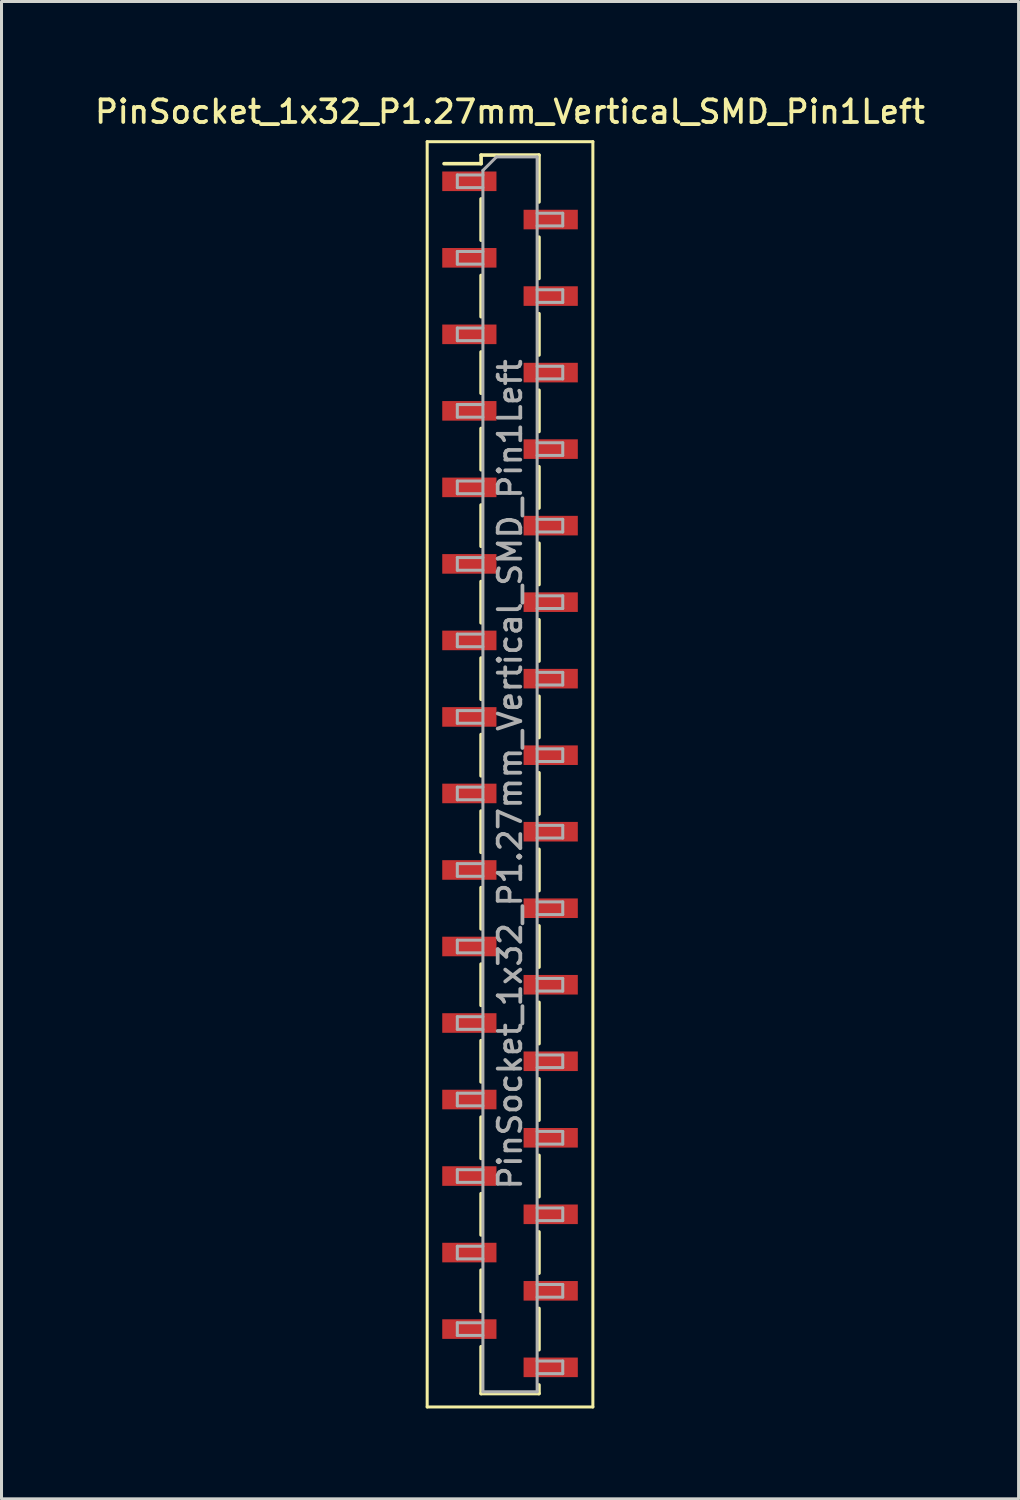
<source format=kicad_pcb>
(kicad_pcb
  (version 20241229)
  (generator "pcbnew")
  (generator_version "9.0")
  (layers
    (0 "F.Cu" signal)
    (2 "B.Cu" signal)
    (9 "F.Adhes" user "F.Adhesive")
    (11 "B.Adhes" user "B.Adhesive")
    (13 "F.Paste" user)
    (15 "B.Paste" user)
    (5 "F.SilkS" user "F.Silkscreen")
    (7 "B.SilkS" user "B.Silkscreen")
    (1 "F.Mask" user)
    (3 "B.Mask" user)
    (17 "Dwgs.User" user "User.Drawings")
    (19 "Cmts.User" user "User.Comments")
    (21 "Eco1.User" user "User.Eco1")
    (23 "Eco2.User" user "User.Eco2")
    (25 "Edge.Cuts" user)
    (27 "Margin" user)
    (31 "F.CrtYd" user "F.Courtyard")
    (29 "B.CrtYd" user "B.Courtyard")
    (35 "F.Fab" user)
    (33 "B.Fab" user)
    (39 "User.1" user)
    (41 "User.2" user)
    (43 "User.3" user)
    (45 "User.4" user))
  (footprint "PinSocket_1x32_P1.27mm_Vertical_SMD_Pin1Left"
    (layer "F.Cu")
    (at 13.88 22.653)
    (property "Reference" "PinSocket_1x32_P1.27mm_Vertical_SMD_Pin1Left" (at 0 -21.995 0) (layer "F.SilkS") (effects (font (size 0.75 0.75) (thickness 0.125))))
    (attr smd)
    (fp_line (start -2.75 -21) (end 2.75 -21) (stroke (width 0.1) (type solid)) (layer "F.SilkS"))
    (fp_line (start -2.75 21) (end -2.75 -21) (stroke (width 0.1) (type solid)) (layer "F.SilkS"))
    (fp_line (start -2.19 -20.27) (end -0.96 -20.27) (stroke (width 0.12) (type solid)) (layer "F.SilkS"))
    (fp_line (start -0.96 -20.555) (end -0.96 -20.27) (stroke (width 0.12) (type solid)) (layer "F.SilkS"))
    (fp_line (start -0.96 -20.555) (end 0.96 -20.555) (stroke (width 0.12) (type solid)) (layer "F.SilkS"))
    (fp_line (start -0.96 -19.1) (end -0.96 -17.73) (stroke (width 0.12) (type solid)) (layer "F.SilkS"))
    (fp_line (start -0.96 -16.56) (end -0.96 -15.19) (stroke (width 0.12) (type solid)) (layer "F.SilkS"))
    (fp_line (start -0.96 -14.02) (end -0.96 -12.65) (stroke (width 0.12) (type solid)) (layer "F.SilkS"))
    (fp_line (start -0.96 -11.48) (end -0.96 -10.11) (stroke (width 0.12) (type solid)) (layer "F.SilkS"))
    (fp_line (start -0.96 -8.94) (end -0.96 -7.57) (stroke (width 0.12) (type solid)) (layer "F.SilkS"))
    (fp_line (start -0.96 -6.4) (end -0.96 -5.03) (stroke (width 0.12) (type solid)) (layer "F.SilkS"))
    (fp_line (start -0.96 -3.86) (end -0.96 -2.49) (stroke (width 0.12) (type solid)) (layer "F.SilkS"))
    (fp_line (start -0.96 -1.32) (end -0.96 0.05) (stroke (width 0.12) (type solid)) (layer "F.SilkS"))
    (fp_line (start -0.96 1.22) (end -0.96 2.59) (stroke (width 0.12) (type solid)) (layer "F.SilkS"))
    (fp_line (start -0.96 3.76) (end -0.96 5.13) (stroke (width 0.12) (type solid)) (layer "F.SilkS"))
    (fp_line (start -0.96 6.3) (end -0.96 7.67) (stroke (width 0.12) (type solid)) (layer "F.SilkS"))
    (fp_line (start -0.96 8.84) (end -0.96 10.21) (stroke (width 0.12) (type solid)) (layer "F.SilkS"))
    (fp_line (start -0.96 11.38) (end -0.96 12.75) (stroke (width 0.12) (type solid)) (layer "F.SilkS"))
    (fp_line (start -0.96 13.92) (end -0.96 15.29) (stroke (width 0.12) (type solid)) (layer "F.SilkS"))
    (fp_line (start -0.96 16.46) (end -0.96 17.83) (stroke (width 0.12) (type solid)) (layer "F.SilkS"))
    (fp_line (start -0.96 19) (end -0.96 20.555) (stroke (width 0.12) (type solid)) (layer "F.SilkS"))
    (fp_line (start -0.96 20.555) (end 0.96 20.555) (stroke (width 0.12) (type solid)) (layer "F.SilkS"))
    (fp_line (start 0.96 -20.555) (end 0.96 -19) (stroke (width 0.12) (type solid)) (layer "F.SilkS"))
    (fp_line (start 0.96 -17.83) (end 0.96 -16.46) (stroke (width 0.12) (type solid)) (layer "F.SilkS"))
    (fp_line (start 0.96 -15.29) (end 0.96 -13.92) (stroke (width 0.12) (type solid)) (layer "F.SilkS"))
    (fp_line (start 0.96 -12.75) (end 0.96 -11.38) (stroke (width 0.12) (type solid)) (layer "F.SilkS"))
    (fp_line (start 0.96 -10.21) (end 0.96 -8.84) (stroke (width 0.12) (type solid)) (layer "F.SilkS"))
    (fp_line (start 0.96 -7.67) (end 0.96 -6.3) (stroke (width 0.12) (type solid)) (layer "F.SilkS"))
    (fp_line (start 0.96 -5.13) (end 0.96 -3.76) (stroke (width 0.12) (type solid)) (layer "F.SilkS"))
    (fp_line (start 0.96 -2.59) (end 0.96 -1.22) (stroke (width 0.12) (type solid)) (layer "F.SilkS"))
    (fp_line (start 0.96 -0.05) (end 0.96 1.32) (stroke (width 0.12) (type solid)) (layer "F.SilkS"))
    (fp_line (start 0.96 2.49) (end 0.96 3.86) (stroke (width 0.12) (type solid)) (layer "F.SilkS"))
    (fp_line (start 0.96 5.03) (end 0.96 6.4) (stroke (width 0.12) (type solid)) (layer "F.SilkS"))
    (fp_line (start 0.96 7.57) (end 0.96 8.94) (stroke (width 0.12) (type solid)) (layer "F.SilkS"))
    (fp_line (start 0.96 10.11) (end 0.96 11.48) (stroke (width 0.12) (type solid)) (layer "F.SilkS"))
    (fp_line (start 0.96 12.65) (end 0.96 14.02) (stroke (width 0.12) (type solid)) (layer "F.SilkS"))
    (fp_line (start 0.96 15.19) (end 0.96 16.56) (stroke (width 0.12) (type solid)) (layer "F.SilkS"))
    (fp_line (start 0.96 17.73) (end 0.96 19.1) (stroke (width 0.12) (type solid)) (layer "F.SilkS"))
    (fp_line (start 0.96 20.27) (end 0.96 20.555) (stroke (width 0.12) (type solid)) (layer "F.SilkS"))
    (fp_line (start 2.75 -21) (end 2.75 21) (stroke (width 0.1) (type solid)) (layer "F.SilkS"))
    (fp_line (start 2.75 21) (end -2.75 21) (stroke (width 0.1) (type solid)) (layer "F.SilkS"))
    (fp_line (start -1.75 -19.895) (end -0.9 -19.895) (stroke (width 0.1) (type solid)) (layer "F.Fab"))
    (fp_line (start -1.75 -19.475) (end -1.75 -19.895) (stroke (width 0.1) (type solid)) (layer "F.Fab"))
    (fp_line (start -1.75 -17.355) (end -0.9 -17.355) (stroke (width 0.1) (type solid)) (layer "F.Fab"))
    (fp_line (start -1.75 -16.935) (end -1.75 -17.355) (stroke (width 0.1) (type solid)) (layer "F.Fab"))
    (fp_line (start -1.75 -14.815) (end -0.9 -14.815) (stroke (width 0.1) (type solid)) (layer "F.Fab"))
    (fp_line (start -1.75 -14.395) (end -1.75 -14.815) (stroke (width 0.1) (type solid)) (layer "F.Fab"))
    (fp_line (start -1.75 -12.275) (end -0.9 -12.275) (stroke (width 0.1) (type solid)) (layer "F.Fab"))
    (fp_line (start -1.75 -11.855) (end -1.75 -12.275) (stroke (width 0.1) (type solid)) (layer "F.Fab"))
    (fp_line (start -1.75 -9.735) (end -0.9 -9.735) (stroke (width 0.1) (type solid)) (layer "F.Fab"))
    (fp_line (start -1.75 -9.315) (end -1.75 -9.735) (stroke (width 0.1) (type solid)) (layer "F.Fab"))
    (fp_line (start -1.75 -7.195) (end -0.9 -7.195) (stroke (width 0.1) (type solid)) (layer "F.Fab"))
    (fp_line (start -1.75 -6.775) (end -1.75 -7.195) (stroke (width 0.1) (type solid)) (layer "F.Fab"))
    (fp_line (start -1.75 -4.655) (end -0.9 -4.655) (stroke (width 0.1) (type solid)) (layer "F.Fab"))
    (fp_line (start -1.75 -4.235) (end -1.75 -4.655) (stroke (width 0.1) (type solid)) (layer "F.Fab"))
    (fp_line (start -1.75 -2.115) (end -0.9 -2.115) (stroke (width 0.1) (type solid)) (layer "F.Fab"))
    (fp_line (start -1.75 -1.695) (end -1.75 -2.115) (stroke (width 0.1) (type solid)) (layer "F.Fab"))
    (fp_line (start -1.75 0.425) (end -0.9 0.425) (stroke (width 0.1) (type solid)) (layer "F.Fab"))
    (fp_line (start -1.75 0.845) (end -1.75 0.425) (stroke (width 0.1) (type solid)) (layer "F.Fab"))
    (fp_line (start -1.75 2.965) (end -0.9 2.965) (stroke (width 0.1) (type solid)) (layer "F.Fab"))
    (fp_line (start -1.75 3.385) (end -1.75 2.965) (stroke (width 0.1) (type solid)) (layer "F.Fab"))
    (fp_line (start -1.75 5.505) (end -0.9 5.505) (stroke (width 0.1) (type solid)) (layer "F.Fab"))
    (fp_line (start -1.75 5.925) (end -1.75 5.505) (stroke (width 0.1) (type solid)) (layer "F.Fab"))
    (fp_line (start -1.75 8.045) (end -0.9 8.045) (stroke (width 0.1) (type solid)) (layer "F.Fab"))
    (fp_line (start -1.75 8.465) (end -1.75 8.045) (stroke (width 0.1) (type solid)) (layer "F.Fab"))
    (fp_line (start -1.75 10.585) (end -0.9 10.585) (stroke (width 0.1) (type solid)) (layer "F.Fab"))
    (fp_line (start -1.75 11.005) (end -1.75 10.585) (stroke (width 0.1) (type solid)) (layer "F.Fab"))
    (fp_line (start -1.75 13.125) (end -0.9 13.125) (stroke (width 0.1) (type solid)) (layer "F.Fab"))
    (fp_line (start -1.75 13.545) (end -1.75 13.125) (stroke (width 0.1) (type solid)) (layer "F.Fab"))
    (fp_line (start -1.75 15.665) (end -0.9 15.665) (stroke (width 0.1) (type solid)) (layer "F.Fab"))
    (fp_line (start -1.75 16.085) (end -1.75 15.665) (stroke (width 0.1) (type solid)) (layer "F.Fab"))
    (fp_line (start -1.75 18.205) (end -0.9 18.205) (stroke (width 0.1) (type solid)) (layer "F.Fab"))
    (fp_line (start -1.75 18.625) (end -1.75 18.205) (stroke (width 0.1) (type solid)) (layer "F.Fab"))
    (fp_line (start -0.9 -20.045) (end -0.45 -20.495) (stroke (width 0.1) (type solid)) (layer "F.Fab"))
    (fp_line (start -0.9 -19.475) (end -1.75 -19.475) (stroke (width 0.1) (type solid)) (layer "F.Fab"))
    (fp_line (start -0.9 -16.935) (end -1.75 -16.935) (stroke (width 0.1) (type solid)) (layer "F.Fab"))
    (fp_line (start -0.9 -14.395) (end -1.75 -14.395) (stroke (width 0.1) (type solid)) (layer "F.Fab"))
    (fp_line (start -0.9 -11.855) (end -1.75 -11.855) (stroke (width 0.1) (type solid)) (layer "F.Fab"))
    (fp_line (start -0.9 -9.315) (end -1.75 -9.315) (stroke (width 0.1) (type solid)) (layer "F.Fab"))
    (fp_line (start -0.9 -6.775) (end -1.75 -6.775) (stroke (width 0.1) (type solid)) (layer "F.Fab"))
    (fp_line (start -0.9 -4.235) (end -1.75 -4.235) (stroke (width 0.1) (type solid)) (layer "F.Fab"))
    (fp_line (start -0.9 -1.695) (end -1.75 -1.695) (stroke (width 0.1) (type solid)) (layer "F.Fab"))
    (fp_line (start -0.9 0.845) (end -1.75 0.845) (stroke (width 0.1) (type solid)) (layer "F.Fab"))
    (fp_line (start -0.9 3.385) (end -1.75 3.385) (stroke (width 0.1) (type solid)) (layer "F.Fab"))
    (fp_line (start -0.9 5.925) (end -1.75 5.925) (stroke (width 0.1) (type solid)) (layer "F.Fab"))
    (fp_line (start -0.9 8.465) (end -1.75 8.465) (stroke (width 0.1) (type solid)) (layer "F.Fab"))
    (fp_line (start -0.9 11.005) (end -1.75 11.005) (stroke (width 0.1) (type solid)) (layer "F.Fab"))
    (fp_line (start -0.9 13.545) (end -1.75 13.545) (stroke (width 0.1) (type solid)) (layer "F.Fab"))
    (fp_line (start -0.9 16.085) (end -1.75 16.085) (stroke (width 0.1) (type solid)) (layer "F.Fab"))
    (fp_line (start -0.9 18.625) (end -1.75 18.625) (stroke (width 0.1) (type solid)) (layer "F.Fab"))
    (fp_line (start -0.9 20.495) (end -0.9 -20.045) (stroke (width 0.1) (type solid)) (layer "F.Fab"))
    (fp_line (start -0.45 -20.495) (end 0.9 -20.495) (stroke (width 0.1) (type solid)) (layer "F.Fab"))
    (fp_line (start 0.9 -20.495) (end 0.9 20.495) (stroke (width 0.1) (type solid)) (layer "F.Fab"))
    (fp_line (start 0.9 -18.625) (end 1.75 -18.625) (stroke (width 0.1) (type solid)) (layer "F.Fab"))
    (fp_line (start 0.9 -16.085) (end 1.75 -16.085) (stroke (width 0.1) (type solid)) (layer "F.Fab"))
    (fp_line (start 0.9 -13.545) (end 1.75 -13.545) (stroke (width 0.1) (type solid)) (layer "F.Fab"))
    (fp_line (start 0.9 -11.005) (end 1.75 -11.005) (stroke (width 0.1) (type solid)) (layer "F.Fab"))
    (fp_line (start 0.9 -8.465) (end 1.75 -8.465) (stroke (width 0.1) (type solid)) (layer "F.Fab"))
    (fp_line (start 0.9 -5.925) (end 1.75 -5.925) (stroke (width 0.1) (type solid)) (layer "F.Fab"))
    (fp_line (start 0.9 -3.385) (end 1.75 -3.385) (stroke (width 0.1) (type solid)) (layer "F.Fab"))
    (fp_line (start 0.9 -0.845) (end 1.75 -0.845) (stroke (width 0.1) (type solid)) (layer "F.Fab"))
    (fp_line (start 0.9 1.695) (end 1.75 1.695) (stroke (width 0.1) (type solid)) (layer "F.Fab"))
    (fp_line (start 0.9 4.235) (end 1.75 4.235) (stroke (width 0.1) (type solid)) (layer "F.Fab"))
    (fp_line (start 0.9 6.775) (end 1.75 6.775) (stroke (width 0.1) (type solid)) (layer "F.Fab"))
    (fp_line (start 0.9 9.315) (end 1.75 9.315) (stroke (width 0.1) (type solid)) (layer "F.Fab"))
    (fp_line (start 0.9 11.855) (end 1.75 11.855) (stroke (width 0.1) (type solid)) (layer "F.Fab"))
    (fp_line (start 0.9 14.395) (end 1.75 14.395) (stroke (width 0.1) (type solid)) (layer "F.Fab"))
    (fp_line (start 0.9 16.935) (end 1.75 16.935) (stroke (width 0.1) (type solid)) (layer "F.Fab"))
    (fp_line (start 0.9 19.475) (end 1.75 19.475) (stroke (width 0.1) (type solid)) (layer "F.Fab"))
    (fp_line (start 0.9 20.495) (end -0.9 20.495) (stroke (width 0.1) (type solid)) (layer "F.Fab"))
    (fp_line (start 1.75 -18.625) (end 1.75 -18.205) (stroke (width 0.1) (type solid)) (layer "F.Fab"))
    (fp_line (start 1.75 -18.205) (end 0.9 -18.205) (stroke (width 0.1) (type solid)) (layer "F.Fab"))
    (fp_line (start 1.75 -16.085) (end 1.75 -15.665) (stroke (width 0.1) (type solid)) (layer "F.Fab"))
    (fp_line (start 1.75 -15.665) (end 0.9 -15.665) (stroke (width 0.1) (type solid)) (layer "F.Fab"))
    (fp_line (start 1.75 -13.545) (end 1.75 -13.125) (stroke (width 0.1) (type solid)) (layer "F.Fab"))
    (fp_line (start 1.75 -13.125) (end 0.9 -13.125) (stroke (width 0.1) (type solid)) (layer "F.Fab"))
    (fp_line (start 1.75 -11.005) (end 1.75 -10.585) (stroke (width 0.1) (type solid)) (layer "F.Fab"))
    (fp_line (start 1.75 -10.585) (end 0.9 -10.585) (stroke (width 0.1) (type solid)) (layer "F.Fab"))
    (fp_line (start 1.75 -8.465) (end 1.75 -8.045) (stroke (width 0.1) (type solid)) (layer "F.Fab"))
    (fp_line (start 1.75 -8.045) (end 0.9 -8.045) (stroke (width 0.1) (type solid)) (layer "F.Fab"))
    (fp_line (start 1.75 -5.925) (end 1.75 -5.505) (stroke (width 0.1) (type solid)) (layer "F.Fab"))
    (fp_line (start 1.75 -5.505) (end 0.9 -5.505) (stroke (width 0.1) (type solid)) (layer "F.Fab"))
    (fp_line (start 1.75 -3.385) (end 1.75 -2.965) (stroke (width 0.1) (type solid)) (layer "F.Fab"))
    (fp_line (start 1.75 -2.965) (end 0.9 -2.965) (stroke (width 0.1) (type solid)) (layer "F.Fab"))
    (fp_line (start 1.75 -0.845) (end 1.75 -0.425) (stroke (width 0.1) (type solid)) (layer "F.Fab"))
    (fp_line (start 1.75 -0.425) (end 0.9 -0.425) (stroke (width 0.1) (type solid)) (layer "F.Fab"))
    (fp_line (start 1.75 1.695) (end 1.75 2.115) (stroke (width 0.1) (type solid)) (layer "F.Fab"))
    (fp_line (start 1.75 2.115) (end 0.9 2.115) (stroke (width 0.1) (type solid)) (layer "F.Fab"))
    (fp_line (start 1.75 4.235) (end 1.75 4.655) (stroke (width 0.1) (type solid)) (layer "F.Fab"))
    (fp_line (start 1.75 4.655) (end 0.9 4.655) (stroke (width 0.1) (type solid)) (layer "F.Fab"))
    (fp_line (start 1.75 6.775) (end 1.75 7.195) (stroke (width 0.1) (type solid)) (layer "F.Fab"))
    (fp_line (start 1.75 7.195) (end 0.9 7.195) (stroke (width 0.1) (type solid)) (layer "F.Fab"))
    (fp_line (start 1.75 9.315) (end 1.75 9.735) (stroke (width 0.1) (type solid)) (layer "F.Fab"))
    (fp_line (start 1.75 9.735) (end 0.9 9.735) (stroke (width 0.1) (type solid)) (layer "F.Fab"))
    (fp_line (start 1.75 11.855) (end 1.75 12.275) (stroke (width 0.1) (type solid)) (layer "F.Fab"))
    (fp_line (start 1.75 12.275) (end 0.9 12.275) (stroke (width 0.1) (type solid)) (layer "F.Fab"))
    (fp_line (start 1.75 14.395) (end 1.75 14.815) (stroke (width 0.1) (type solid)) (layer "F.Fab"))
    (fp_line (start 1.75 14.815) (end 0.9 14.815) (stroke (width 0.1) (type solid)) (layer "F.Fab"))
    (fp_line (start 1.75 16.935) (end 1.75 17.355) (stroke (width 0.1) (type solid)) (layer "F.Fab"))
    (fp_line (start 1.75 17.355) (end 0.9 17.355) (stroke (width 0.1) (type solid)) (layer "F.Fab"))
    (fp_line (start 1.75 19.475) (end 1.75 19.895) (stroke (width 0.1) (type solid)) (layer "F.Fab"))
    (fp_line (start 1.75 19.895) (end 0.9 19.895) (stroke (width 0.1) (type solid)) (layer "F.Fab"))
    (fp_text user "${REFERENCE}" (at 0 0 90) (layer "F.Fab") (effects (font (size 0.75 0.75) (thickness 0.125))))
    (pad "1" smd rect (at -1.35 -19.685) (size 1.8 0.65) (layers "F.Cu" "F.Mask" "F.Paste"))
    (pad "2" smd rect (at 1.35 -18.415) (size 1.8 0.65) (layers "F.Cu" "F.Mask" "F.Paste"))
    (pad "3" smd rect (at -1.35 -17.145) (size 1.8 0.65) (layers "F.Cu" "F.Mask" "F.Paste"))
    (pad "4" smd rect (at 1.35 -15.875) (size 1.8 0.65) (layers "F.Cu" "F.Mask" "F.Paste"))
    (pad "5" smd rect (at -1.35 -14.605) (size 1.8 0.65) (layers "F.Cu" "F.Mask" "F.Paste"))
    (pad "6" smd rect (at 1.35 -13.335) (size 1.8 0.65) (layers "F.Cu" "F.Mask" "F.Paste"))
    (pad "7" smd rect (at -1.35 -12.065) (size 1.8 0.65) (layers "F.Cu" "F.Mask" "F.Paste"))
    (pad "8" smd rect (at 1.35 -10.795) (size 1.8 0.65) (layers "F.Cu" "F.Mask" "F.Paste"))
    (pad "9" smd rect (at -1.35 -9.525) (size 1.8 0.65) (layers "F.Cu" "F.Mask" "F.Paste"))
    (pad "10" smd rect (at 1.35 -8.255) (size 1.8 0.65) (layers "F.Cu" "F.Mask" "F.Paste"))
    (pad "11" smd rect (at -1.35 -6.985) (size 1.8 0.65) (layers "F.Cu" "F.Mask" "F.Paste"))
    (pad "12" smd rect (at 1.35 -5.715) (size 1.8 0.65) (layers "F.Cu" "F.Mask" "F.Paste"))
    (pad "13" smd rect (at -1.35 -4.445) (size 1.8 0.65) (layers "F.Cu" "F.Mask" "F.Paste"))
    (pad "14" smd rect (at 1.35 -3.175) (size 1.8 0.65) (layers "F.Cu" "F.Mask" "F.Paste"))
    (pad "15" smd rect (at -1.35 -1.905) (size 1.8 0.65) (layers "F.Cu" "F.Mask" "F.Paste"))
    (pad "16" smd rect (at 1.35 -0.635) (size 1.8 0.65) (layers "F.Cu" "F.Mask" "F.Paste"))
    (pad "17" smd rect (at -1.35 0.635) (size 1.8 0.65) (layers "F.Cu" "F.Mask" "F.Paste"))
    (pad "18" smd rect (at 1.35 1.905) (size 1.8 0.65) (layers "F.Cu" "F.Mask" "F.Paste"))
    (pad "19" smd rect (at -1.35 3.175) (size 1.8 0.65) (layers "F.Cu" "F.Mask" "F.Paste"))
    (pad "20" smd rect (at 1.35 4.445) (size 1.8 0.65) (layers "F.Cu" "F.Mask" "F.Paste"))
    (pad "21" smd rect (at -1.35 5.715) (size 1.8 0.65) (layers "F.Cu" "F.Mask" "F.Paste"))
    (pad "22" smd rect (at 1.35 6.985) (size 1.8 0.65) (layers "F.Cu" "F.Mask" "F.Paste"))
    (pad "23" smd rect (at -1.35 8.255) (size 1.8 0.65) (layers "F.Cu" "F.Mask" "F.Paste"))
    (pad "24" smd rect (at 1.35 9.525) (size 1.8 0.65) (layers "F.Cu" "F.Mask" "F.Paste"))
    (pad "25" smd rect (at -1.35 10.795) (size 1.8 0.65) (layers "F.Cu" "F.Mask" "F.Paste"))
    (pad "26" smd rect (at 1.35 12.065) (size 1.8 0.65) (layers "F.Cu" "F.Mask" "F.Paste"))
    (pad "27" smd rect (at -1.35 13.335) (size 1.8 0.65) (layers "F.Cu" "F.Mask" "F.Paste"))
    (pad "28" smd rect (at 1.35 14.605) (size 1.8 0.65) (layers "F.Cu" "F.Mask" "F.Paste"))
    (pad "29" smd rect (at -1.35 15.875) (size 1.8 0.65) (layers "F.Cu" "F.Mask" "F.Paste"))
    (pad "30" smd rect (at 1.35 17.145) (size 1.8 0.65) (layers "F.Cu" "F.Mask" "F.Paste"))
    (pad "31" smd rect (at -1.35 18.415) (size 1.8 0.65) (layers "F.Cu" "F.Mask" "F.Paste"))
    (pad "32" smd rect (at 1.35 19.685) (size 1.8 0.65) (layers "F.Cu" "F.Mask" "F.Paste")))
  (gr_rect
    (start -3 -3)
    (end 30.761 46.703)
    (stroke (width 0.1) (type default))
    (fill no)
    (layer "Edge.Cuts")))
</source>
